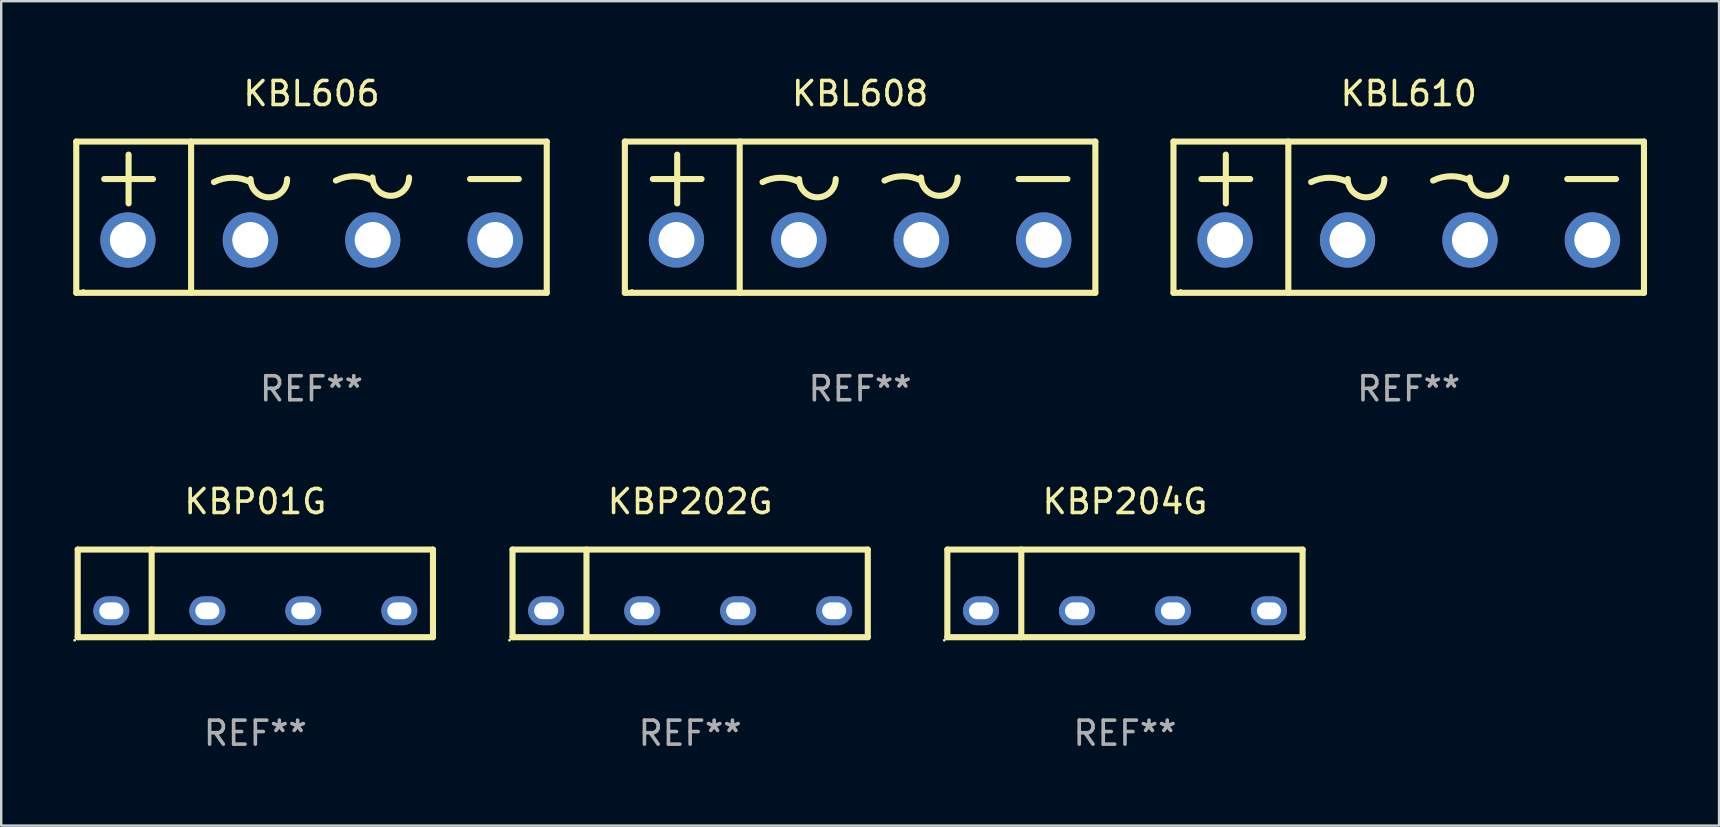
<source format=kicad_pcb>
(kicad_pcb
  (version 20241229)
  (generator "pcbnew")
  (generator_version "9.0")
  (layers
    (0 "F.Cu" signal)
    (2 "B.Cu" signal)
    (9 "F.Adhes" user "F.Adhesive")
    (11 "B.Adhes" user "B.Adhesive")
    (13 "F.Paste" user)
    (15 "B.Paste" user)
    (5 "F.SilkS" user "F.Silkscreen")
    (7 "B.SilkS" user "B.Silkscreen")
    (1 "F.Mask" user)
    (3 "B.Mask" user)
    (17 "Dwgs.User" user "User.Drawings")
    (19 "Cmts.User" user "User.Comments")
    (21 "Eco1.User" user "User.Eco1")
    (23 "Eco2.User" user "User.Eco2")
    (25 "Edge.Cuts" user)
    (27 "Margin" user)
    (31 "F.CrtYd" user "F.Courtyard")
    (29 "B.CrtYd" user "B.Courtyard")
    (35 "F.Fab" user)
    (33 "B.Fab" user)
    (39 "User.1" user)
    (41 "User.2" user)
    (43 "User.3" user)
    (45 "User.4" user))
  (footprint "KBL606"
    (layer "F.Cu")
    (at 9.927 5.998)
    (property "Reference" "KBL606" (at 0 -5.15 0) (layer "F.SilkS") (effects (font (size 1 1) (thickness 0.15))))
    (attr through_hole)
    (fp_line (start -9.8 -3.15) (end 9.8 -3.15) (stroke (width 0.254) (type solid)) (layer "F.SilkS"))
    (fp_line (start -9.8 3.15) (end -9.8 -3.15) (stroke (width 0.254) (type solid)) (layer "F.SilkS"))
    (fp_line (start -8.636 -1.59) (end -6.604 -1.59) (stroke (width 0.254) (type solid)) (layer "F.SilkS"))
    (fp_line (start -7.62 -2.606) (end -7.62 -0.574) (stroke (width 0.254) (type solid)) (layer "F.SilkS"))
    (fp_line (start -5.016 -3.15) (end -5.016 3.15) (stroke (width 0.254) (type solid)) (layer "F.SilkS"))
    (fp_line (start 6.604 -1.59) (end 8.636 -1.59) (stroke (width 0.254) (type solid)) (layer "F.SilkS"))
    (fp_line (start 9.8 3.15) (end -9.8 3.15) (stroke (width 0.254) (type solid)) (layer "F.SilkS"))
    (fp_line (start 9.8 3.15) (end 9.8 -3.15) (stroke (width 0.254) (type solid)) (layer "F.SilkS"))
    (fp_arc (start -4.064008 -1.463005) (mid -3.302007 -1.642889) (end -2.540005 -1.463005) (stroke (width 0.254001) (type solid)) (layer "F.SilkS"))
    (fp_arc (start -1.016002 -1.590005) (mid -1.778004 -0.828003) (end -2.540006 -1.590005) (stroke (width 0.254001) (type solid)) (layer "F.SilkS"))
    (fp_arc (start 1.016002 -1.526505) (mid 1.778004 -1.706389) (end 2.540005 -1.526505) (stroke (width 0.254001) (type solid)) (layer "F.SilkS"))
    (fp_arc (start 4.064008 -1.653505) (mid 3.302007 -0.891504) (end 2.540006 -1.653505) (stroke (width 0.254001) (type solid)) (layer "F.SilkS"))
    (fp_circle (center -9.5 3.05) (end -9.47 3.05) (stroke (width 0.06) (type solid)) (fill no) (layer "F.SilkS"))
    (fp_text user "REF**" (at 0 7.15 0) (layer "F.Fab") (effects (font (size 1 1) (thickness 0.15))))
    (pad "1" thru_hole circle (at -7.65 0.95) (size 2.3 2.3) (drill 1.5) (layers "*.Cu" "*.Mask"))
    (pad "2" thru_hole circle (at -2.55 0.95) (size 2.3 2.3) (drill 1.5) (layers "*.Cu" "*.Mask"))
    (pad "3" thru_hole circle (at 2.55 0.95) (size 2.3 2.3) (drill 1.5) (layers "*.Cu" "*.Mask"))
    (pad "4" thru_hole circle (at 7.65 0.95) (size 2.3 2.3) (drill 1.5) (layers "*.Cu" "*.Mask")))
  (footprint "KBL610"
    (layer "F.Cu")
    (at 55.636 5.998)
    (property "Reference" "KBL610" (at 0 -5.15 0) (layer "F.SilkS") (effects (font (size 1 1) (thickness 0.15))))
    (attr through_hole)
    (fp_line (start -9.8 -3.15) (end 9.8 -3.15) (stroke (width 0.254) (type solid)) (layer "F.SilkS"))
    (fp_line (start -9.8 3.15) (end -9.8 -3.15) (stroke (width 0.254) (type solid)) (layer "F.SilkS"))
    (fp_line (start -8.636 -1.59) (end -6.604 -1.59) (stroke (width 0.254) (type solid)) (layer "F.SilkS"))
    (fp_line (start -7.62 -2.606) (end -7.62 -0.574) (stroke (width 0.254) (type solid)) (layer "F.SilkS"))
    (fp_line (start -5.016 -3.15) (end -5.016 3.15) (stroke (width 0.254) (type solid)) (layer "F.SilkS"))
    (fp_line (start 6.604 -1.59) (end 8.636 -1.59) (stroke (width 0.254) (type solid)) (layer "F.SilkS"))
    (fp_line (start 9.8 3.15) (end -9.8 3.15) (stroke (width 0.254) (type solid)) (layer "F.SilkS"))
    (fp_line (start 9.8 3.15) (end 9.8 -3.15) (stroke (width 0.254) (type solid)) (layer "F.SilkS"))
    (fp_arc (start -4.064008 -1.463005) (mid -3.302007 -1.642889) (end -2.540005 -1.463005) (stroke (width 0.254001) (type solid)) (layer "F.SilkS"))
    (fp_arc (start -1.016002 -1.590005) (mid -1.778004 -0.828003) (end -2.540006 -1.590005) (stroke (width 0.254001) (type solid)) (layer "F.SilkS"))
    (fp_arc (start 1.016002 -1.526505) (mid 1.778004 -1.706389) (end 2.540005 -1.526505) (stroke (width 0.254001) (type solid)) (layer "F.SilkS"))
    (fp_arc (start 4.064008 -1.653505) (mid 3.302007 -0.891504) (end 2.540006 -1.653505) (stroke (width 0.254001) (type solid)) (layer "F.SilkS"))
    (fp_circle (center -9.5 3.05) (end -9.47 3.05) (stroke (width 0.06) (type solid)) (fill no) (layer "F.SilkS"))
    (fp_text user "REF**" (at 0 7.15 0) (layer "F.Fab") (effects (font (size 1 1) (thickness 0.15))))
    (pad "1" thru_hole circle (at -7.65 0.95) (size 2.3 2.3) (drill 1.5) (layers "*.Cu" "*.Mask"))
    (pad "2" thru_hole circle (at -2.55 0.95) (size 2.3 2.3) (drill 1.5) (layers "*.Cu" "*.Mask"))
    (pad "3" thru_hole circle (at 2.55 0.95) (size 2.3 2.3) (drill 1.5) (layers "*.Cu" "*.Mask"))
    (pad "4" thru_hole circle (at 7.65 0.95) (size 2.3 2.3) (drill 1.5) (layers "*.Cu" "*.Mask")))
  (footprint "KBP204G"
    (layer "F.Cu")
    (at 43.815 21.67)
    (property "Reference" "KBP204G" (at 0 -3.825 0) (layer "F.SilkS") (effects (font (size 1 1) (thickness 0.15))))
    (attr through_hole)
    (fp_line (start -7.4 -1.825) (end 7.4 -1.825) (stroke (width 0.254) (type solid)) (layer "F.SilkS"))
    (fp_line (start -7.4 1.825) (end -7.4 -1.825) (stroke (width 0.254) (type solid)) (layer "F.SilkS"))
    (fp_line (start -4.319 1.825) (end -4.319 -1.825) (stroke (width 0.254) (type solid)) (layer "F.SilkS"))
    (fp_line (start 7.4 -1.825) (end 7.4 1.825) (stroke (width 0.254) (type solid)) (layer "F.SilkS"))
    (fp_line (start 7.4 1.825) (end -7.4 1.825) (stroke (width 0.254) (type solid)) (layer "F.SilkS"))
    (fp_circle (center -7.527 1.952) (end -7.497 1.952) (stroke (width 0.06) (type solid)) (fill no) (layer "F.SilkS"))
    (fp_text user "REF**" (at 0 5.825 0) (layer "F.Fab") (effects (font (size 1 1) (thickness 0.15))))
    (pad "1" thru_hole oval (at -5.999 0.725) (size 1.5 1.2) (drill oval 1 0.7) (layers "*.Cu" "*.Mask"))
    (pad "2" thru_hole oval (at -1.999 0.725) (size 1.5 1.2) (drill oval 1 0.7) (layers "*.Cu" "*.Mask"))
    (pad "3" thru_hole oval (at 1.999 0.725) (size 1.5 1.2) (drill oval 1 0.7) (layers "*.Cu" "*.Mask"))
    (pad "4" thru_hole oval (at 5.999 0.725) (size 1.5 1.2) (drill oval 1 0.7) (layers "*.Cu" "*.Mask")))
  (footprint "KBL608"
    (layer "F.Cu")
    (at 32.781 5.998)
    (property "Reference" "KBL608" (at 0 -5.15 0) (layer "F.SilkS") (effects (font (size 1 1) (thickness 0.15))))
    (attr through_hole)
    (fp_line (start -9.8 -3.15) (end 9.8 -3.15) (stroke (width 0.254) (type solid)) (layer "F.SilkS"))
    (fp_line (start -9.8 3.15) (end -9.8 -3.15) (stroke (width 0.254) (type solid)) (layer "F.SilkS"))
    (fp_line (start -8.636 -1.59) (end -6.604 -1.59) (stroke (width 0.254) (type solid)) (layer "F.SilkS"))
    (fp_line (start -7.62 -2.606) (end -7.62 -0.574) (stroke (width 0.254) (type solid)) (layer "F.SilkS"))
    (fp_line (start -5.016 -3.15) (end -5.016 3.15) (stroke (width 0.254) (type solid)) (layer "F.SilkS"))
    (fp_line (start 6.604 -1.59) (end 8.636 -1.59) (stroke (width 0.254) (type solid)) (layer "F.SilkS"))
    (fp_line (start 9.8 3.15) (end -9.8 3.15) (stroke (width 0.254) (type solid)) (layer "F.SilkS"))
    (fp_line (start 9.8 3.15) (end 9.8 -3.15) (stroke (width 0.254) (type solid)) (layer "F.SilkS"))
    (fp_arc (start -4.064008 -1.463005) (mid -3.302007 -1.642889) (end -2.540005 -1.463005) (stroke (width 0.254001) (type solid)) (layer "F.SilkS"))
    (fp_arc (start -1.016002 -1.590005) (mid -1.778004 -0.828003) (end -2.540006 -1.590005) (stroke (width 0.254001) (type solid)) (layer "F.SilkS"))
    (fp_arc (start 1.016002 -1.526505) (mid 1.778004 -1.706389) (end 2.540005 -1.526505) (stroke (width 0.254001) (type solid)) (layer "F.SilkS"))
    (fp_arc (start 4.064008 -1.653505) (mid 3.302007 -0.891504) (end 2.540006 -1.653505) (stroke (width 0.254001) (type solid)) (layer "F.SilkS"))
    (fp_circle (center -9.5 3.05) (end -9.47 3.05) (stroke (width 0.06) (type solid)) (fill no) (layer "F.SilkS"))
    (fp_text user "REF**" (at 0 7.15 0) (layer "F.Fab") (effects (font (size 1 1) (thickness 0.15))))
    (pad "1" thru_hole circle (at -7.65 0.95) (size 2.3 2.3) (drill 1.5) (layers "*.Cu" "*.Mask"))
    (pad "2" thru_hole circle (at -2.55 0.95) (size 2.3 2.3) (drill 1.5) (layers "*.Cu" "*.Mask"))
    (pad "3" thru_hole circle (at 2.55 0.95) (size 2.3 2.3) (drill 1.5) (layers "*.Cu" "*.Mask"))
    (pad "4" thru_hole circle (at 7.65 0.95) (size 2.3 2.3) (drill 1.5) (layers "*.Cu" "*.Mask")))
  (footprint "KBP202G"
    (layer "F.Cu")
    (at 25.701 21.67)
    (property "Reference" "KBP202G" (at 0 -3.825 0) (layer "F.SilkS") (effects (font (size 1 1) (thickness 0.15))))
    (attr through_hole)
    (fp_line (start -7.4 -1.825) (end 7.4 -1.825) (stroke (width 0.254) (type solid)) (layer "F.SilkS"))
    (fp_line (start -7.4 1.825) (end -7.4 -1.825) (stroke (width 0.254) (type solid)) (layer "F.SilkS"))
    (fp_line (start -4.319 1.825) (end -4.319 -1.825) (stroke (width 0.254) (type solid)) (layer "F.SilkS"))
    (fp_line (start 7.4 -1.825) (end 7.4 1.825) (stroke (width 0.254) (type solid)) (layer "F.SilkS"))
    (fp_line (start 7.4 1.825) (end -7.4 1.825) (stroke (width 0.254) (type solid)) (layer "F.SilkS"))
    (fp_circle (center -7.527 1.952) (end -7.497 1.952) (stroke (width 0.06) (type solid)) (fill no) (layer "F.SilkS"))
    (fp_text user "REF**" (at 0 5.825 0) (layer "F.Fab") (effects (font (size 1 1) (thickness 0.15))))
    (pad "1" thru_hole oval (at -5.999 0.725) (size 1.5 1.2) (drill oval 1 0.7) (layers "*.Cu" "*.Mask"))
    (pad "2" thru_hole oval (at -1.999 0.725) (size 1.5 1.2) (drill oval 1 0.7) (layers "*.Cu" "*.Mask"))
    (pad "3" thru_hole oval (at 1.999 0.725) (size 1.5 1.2) (drill oval 1 0.7) (layers "*.Cu" "*.Mask"))
    (pad "4" thru_hole oval (at 5.999 0.725) (size 1.5 1.2) (drill oval 1 0.7) (layers "*.Cu" "*.Mask")))
  (footprint "KBP01G"
    (layer "F.Cu")
    (at 7.587 21.67)
    (property "Reference" "KBP01G" (at 0 -3.825 0) (layer "F.SilkS") (effects (font (size 1 1) (thickness 0.15))))
    (attr through_hole)
    (fp_line (start -7.4 -1.825) (end 7.4 -1.825) (stroke (width 0.254) (type solid)) (layer "F.SilkS"))
    (fp_line (start -7.4 1.825) (end -7.4 -1.825) (stroke (width 0.254) (type solid)) (layer "F.SilkS"))
    (fp_line (start -4.319 1.825) (end -4.319 -1.825) (stroke (width 0.254) (type solid)) (layer "F.SilkS"))
    (fp_line (start 7.4 -1.825) (end 7.4 1.825) (stroke (width 0.254) (type solid)) (layer "F.SilkS"))
    (fp_line (start 7.4 1.825) (end -7.4 1.825) (stroke (width 0.254) (type solid)) (layer "F.SilkS"))
    (fp_circle (center -7.527 1.952) (end -7.497 1.952) (stroke (width 0.06) (type solid)) (fill no) (layer "F.SilkS"))
    (fp_text user "REF**" (at 0 5.825 0) (layer "F.Fab") (effects (font (size 1 1) (thickness 0.15))))
    (pad "1" thru_hole oval (at -5.999 0.725) (size 1.5 1.2) (drill oval 1 0.7) (layers "*.Cu" "*.Mask"))
    (pad "2" thru_hole oval (at -1.999 0.725) (size 1.5 1.2) (drill oval 1 0.7) (layers "*.Cu" "*.Mask"))
    (pad "3" thru_hole oval (at 1.999 0.725) (size 1.5 1.2) (drill oval 1 0.7) (layers "*.Cu" "*.Mask"))
    (pad "4" thru_hole oval (at 5.999 0.725) (size 1.5 1.2) (drill oval 1 0.7) (layers "*.Cu" "*.Mask")))
  (gr_rect
    (start -3 -3)
    (end 68.563 31.343)
    (stroke (width 0.1) (type default))
    (fill no)
    (layer "Edge.Cuts")))
</source>
